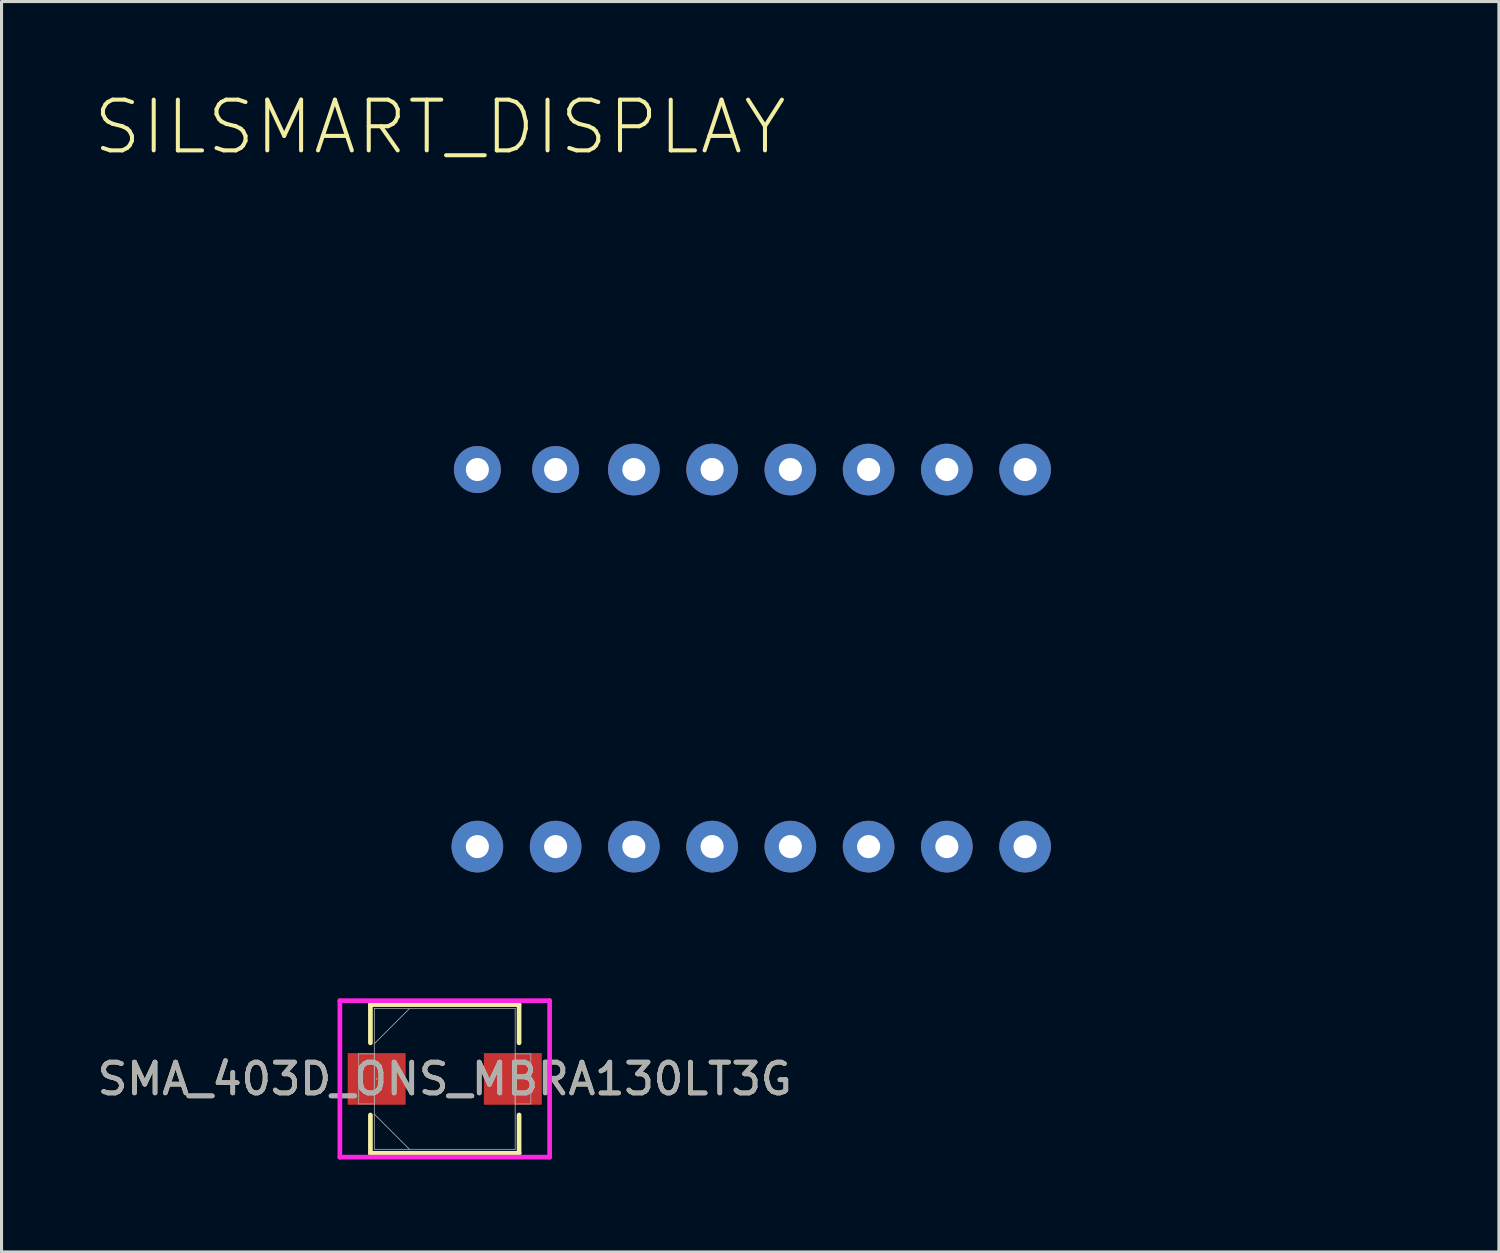
<source format=kicad_pcb>
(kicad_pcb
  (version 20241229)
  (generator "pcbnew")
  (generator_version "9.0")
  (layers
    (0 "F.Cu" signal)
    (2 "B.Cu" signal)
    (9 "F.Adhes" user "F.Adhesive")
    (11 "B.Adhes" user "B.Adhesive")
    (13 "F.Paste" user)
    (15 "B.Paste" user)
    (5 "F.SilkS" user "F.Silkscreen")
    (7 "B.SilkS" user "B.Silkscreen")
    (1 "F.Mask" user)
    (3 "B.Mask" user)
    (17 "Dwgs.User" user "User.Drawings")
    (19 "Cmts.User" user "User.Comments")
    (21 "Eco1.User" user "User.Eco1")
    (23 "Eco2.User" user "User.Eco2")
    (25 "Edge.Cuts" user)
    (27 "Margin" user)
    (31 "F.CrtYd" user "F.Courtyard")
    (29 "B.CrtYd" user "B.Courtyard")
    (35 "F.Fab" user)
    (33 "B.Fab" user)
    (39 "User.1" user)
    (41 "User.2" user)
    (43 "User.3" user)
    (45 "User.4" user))
  (footprint "SMA_403D_ONS_MBRA130LT3G"
    (layer "F.Cu")
    (at 11.387 31.973)
    (property "Reference" "SMA_403D_ONS_MBRA130LT3G" (at 0 0 0) (unlocked yes) (layer "F.SilkS") (effects (font (size 1 1) (thickness 0.15))))
    (attr smd)
    (fp_line (start -2.413 -2.413) (end -2.413 -1.171) (stroke (width 0.152) (type solid)) (layer "F.SilkS"))
    (fp_line (start -2.413 1.171) (end -2.413 2.413) (stroke (width 0.152) (type solid)) (layer "F.SilkS"))
    (fp_line (start -2.413 2.413) (end 2.413 2.413) (stroke (width 0.152) (type solid)) (layer "F.SilkS"))
    (fp_line (start 2.413 -2.413) (end -2.413 -2.413) (stroke (width 0.152) (type solid)) (layer "F.SilkS"))
    (fp_line (start 2.413 -1.171) (end 2.413 -2.413) (stroke (width 0.152) (type solid)) (layer "F.SilkS"))
    (fp_line (start 2.413 2.413) (end 2.413 1.171) (stroke (width 0.152) (type solid)) (layer "F.SilkS"))
    (fp_line (start -3.404 -2.54) (end 3.404 -2.54) (stroke (width 0.152) (type solid)) (layer "F.CrtYd"))
    (fp_line (start -3.404 2.54) (end -3.404 -2.54) (stroke (width 0.152) (type solid)) (layer "F.CrtYd"))
    (fp_line (start 3.404 -2.54) (end 3.404 2.54) (stroke (width 0.152) (type solid)) (layer "F.CrtYd"))
    (fp_line (start 3.404 2.54) (end -3.404 2.54) (stroke (width 0.152) (type solid)) (layer "F.CrtYd"))
    (fp_line (start -2.794 -0.813) (end -2.794 0.813) (stroke (width 0.025) (type solid)) (layer "F.Fab"))
    (fp_line (start -2.794 0.813) (end -2.286 0.813) (stroke (width 0.025) (type solid)) (layer "F.Fab"))
    (fp_line (start -2.286 -2.286) (end -2.286 2.286) (stroke (width 0.025) (type solid)) (layer "F.Fab"))
    (fp_line (start -2.286 -1.143) (end -1.143 -2.286) (stroke (width 0.025) (type solid)) (layer "F.Fab"))
    (fp_line (start -2.286 -0.813) (end -2.794 -0.813) (stroke (width 0.025) (type solid)) (layer "F.Fab"))
    (fp_line (start -2.286 0.813) (end -2.286 -0.813) (stroke (width 0.025) (type solid)) (layer "F.Fab"))
    (fp_line (start -2.286 1.143) (end -1.143 2.286) (stroke (width 0.025) (type solid)) (layer "F.Fab"))
    (fp_line (start -2.286 2.286) (end 2.286 2.286) (stroke (width 0.025) (type solid)) (layer "F.Fab"))
    (fp_line (start 2.286 -2.286) (end -2.286 -2.286) (stroke (width 0.025) (type solid)) (layer "F.Fab"))
    (fp_line (start 2.286 -0.813) (end 2.286 0.813) (stroke (width 0.025) (type solid)) (layer "F.Fab"))
    (fp_line (start 2.286 0.813) (end 2.794 0.813) (stroke (width 0.025) (type solid)) (layer "F.Fab"))
    (fp_line (start 2.286 2.286) (end 2.286 -2.286) (stroke (width 0.025) (type solid)) (layer "F.Fab"))
    (fp_line (start 2.794 -0.813) (end 2.286 -0.813) (stroke (width 0.025) (type solid)) (layer "F.Fab"))
    (fp_line (start 2.794 0.813) (end 2.794 -0.813) (stroke (width 0.025) (type solid)) (layer "F.Fab"))
    (fp_circle (center -2.21 0) (end -2.21 0) (stroke (width 0.025) (type solid)) (fill no) (layer "F.Fab"))
    (fp_text user "${REFERENCE}" (at 0 0 0) (unlocked yes) (layer "F.Fab") (effects (font (size 1 1) (thickness 0.15))))
    (pad "1" smd rect (at -2.21 0) (size 1.88 1.676) (layers "F.Cu" "F.Mask" "F.Paste"))
    (pad "2" smd rect (at 2.21 0) (size 1.88 1.676) (layers "F.Cu" "F.Mask" "F.Paste"))
    (zone (net_name "") (layer "F.Cu") (hatch full 0.508) (connect_pads) (min_thickness 0.254) (filled_areas_thickness no) (keepout (tracks not_allowed) (vias not_allowed) (pads allowed) (copperpour not_allowed) (footprints allowed)) (placement (enabled no)) (fill) (polygon (pts (xy 10.168 29.738) (xy 12.606 29.738) (xy 12.606 34.208) (xy 10.168 34.208)))))
  (footprint "SILSMART_DISPLAY"
    (layer "F.Cu")
    (at 22.624 18.34)
    (property "Reference" "SILSMART_DISPLAY" (at -0.05 -16.3 0) (layer "F.SilkS") (effects (font (size 1.647 1.647) (thickness 0.131)) (justify right bottom)))
    (pad "1" thru_hole circle (at -10.178 6.092 180) (size 1.676 1.676) (drill 0.75) (layers "*.Cu" "*.Mask"))
    (pad "2" thru_hole circle (at -7.638 6.092 180) (size 1.676 1.676) (drill 0.75) (layers "*.Cu" "*.Mask"))
    (pad "3" thru_hole circle (at -5.098 6.092 180) (size 1.676 1.676) (drill 0.75) (layers "*.Cu" "*.Mask"))
    (pad "4" thru_hole circle (at -2.558 6.092 180) (size 1.676 1.676) (drill 0.75) (layers "*.Cu" "*.Mask"))
    (pad "5" thru_hole circle (at -0.018 6.092 180) (size 1.676 1.676) (drill 0.75) (layers "*.Cu" "*.Mask"))
    (pad "6" thru_hole circle (at 2.522 6.092 180) (size 1.676 1.676) (drill 0.75) (layers "*.Cu" "*.Mask"))
    (pad "7" thru_hole circle (at 5.062 6.092 180) (size 1.676 1.676) (drill 0.75) (layers "*.Cu" "*.Mask"))
    (pad "8" thru_hole circle (at 7.602 6.092 180) (size 1.676 1.676) (drill 0.75) (layers "*.Cu" "*.Mask"))
    (pad "9" thru_hole circle (at 7.602 -6.148) (size 1.676 1.676) (drill 0.75) (layers "*.Cu" "*.Mask"))
    (pad "10" thru_hole circle (at 5.062 -6.148) (size 1.676 1.676) (drill 0.75) (layers "*.Cu" "*.Mask"))
    (pad "11" thru_hole circle (at 2.522 -6.148) (size 1.676 1.676) (drill 0.75) (layers "*.Cu" "*.Mask"))
    (pad "12" thru_hole circle (at -0.018 -6.148) (size 1.676 1.676) (drill 0.75) (layers "*.Cu" "*.Mask"))
    (pad "13" thru_hole circle (at -2.558 -6.148) (size 1.676 1.676) (drill 0.75) (layers "*.Cu" "*.Mask"))
    (pad "14" thru_hole circle (at -5.098 -6.148) (size 1.676 1.676) (drill 0.75) (layers "*.Cu" "*.Mask"))
    (pad "15" thru_hole circle (at -7.638 -6.148) (size 1.524 1.524) (drill 0.75) (layers "*.Cu" "*.Mask"))
    (pad "16" thru_hole circle (at -10.178 -6.148) (size 1.524 1.524) (drill 0.75) (layers "*.Cu" "*.Mask"))
    (zone (net_name "") (layer "User.1") (hatch edge 0.5) (connect_pads) (min_thickness 0.25) (filled_areas_thickness no) (fill) (polygon (pts (xy 7.559 13.657) (xy 6.924 12.641) (xy 12.766 12.641) (xy 11.877 13.657))))
    (zone (net_name "") (layer "User.1") (hatch edge 0.5) (connect_pads) (min_thickness 0.25) (filled_areas_thickness no) (fill) (polygon (pts (xy 16.449 13.657) (xy 20.767 13.657) (xy 21.656 12.641) (xy 15.814 12.641))))
    (zone (net_name "") (layer "User.1") (hatch edge 0.5) (connect_pads) (min_thickness 0.25) (filled_areas_thickness no) (fill) (polygon (pts (xy 26.101 13.657) (xy 25.466 12.641) (xy 31.308 12.641) (xy 30.419 13.657))))
    (zone (net_name "") (layer "User.1") (hatch edge 0.5) (connect_pads) (min_thickness 0.25) (filled_areas_thickness no) (fill) (polygon (pts (xy 34.991 13.657) (xy 34.356 12.641) (xy 40.198 12.641) (xy 39.309 13.657))))
    (zone (net_name "") (layer "User.1") (hatch edge 0.5) (connect_pads) (min_thickness 0.25) (filled_areas_thickness no) (fill) (polygon (pts (xy 42.606 10.357) (xy 42.606 26.357) (xy 2.606 26.357) (xy 2.606 10.357))))
    (zone (net_name "") (layer "User.1") (hatch edge 0.5) (connect_pads) (min_thickness 0.25) (filled_areas_thickness no) (fill) (polygon (pts (xy 5.908 17.975) (xy 5.654 17.467) (xy 6.543 12.895) (xy 7.178 13.784) (xy 6.543 17.467))))
    (zone (net_name "") (layer "User.1") (hatch edge 0.5) (connect_pads) (min_thickness 0.25) (filled_areas_thickness no) (fill) (polygon (pts (xy 7.559 20.769) (xy 6.035 22.547) (xy 6.289 20.642) (xy 7.432 19.245) (xy 7.813 19.245))))
    (zone (net_name "") (layer "User.1") (hatch edge 0.5) (connect_pads) (min_thickness 0.25) (filled_areas_thickness no) (fill) (polygon (pts (xy 8.321 16.197) (xy 7.432 14.165) (xy 7.178 16.07) (xy 7.813 17.34) (xy 8.067 17.467))))
    (zone (net_name "") (layer "User.1") (hatch edge 0.5) (connect_pads) (min_thickness 0.25) (filled_areas_thickness no) (fill) (polygon (pts (xy 9.083 14.038) (xy 8.575 17.34) (xy 8.829 17.975) (xy 9.591 16.959) (xy 10.099 14.038))))
    (zone (net_name "") (layer "User.1") (hatch edge 0.5) (connect_pads) (min_thickness 0.25) (filled_areas_thickness no) (fill) (polygon (pts (xy 9.083 19.499) (xy 8.702 18.737) (xy 8.067 19.626) (xy 7.559 22.674) (xy 8.448 22.674))))
    (zone (net_name "") (layer "User.1") (hatch edge 0.5) (connect_pads) (min_thickness 0.25) (filled_areas_thickness no) (fill) (polygon (pts (xy 9.464 19.245) (xy 9.845 19.245) (xy 10.48 20.769) (xy 10.099 22.547) (xy 9.21 20.515))))
    (zone (net_name "") (layer "User.1") (hatch edge 0.5) (connect_pads) (min_thickness 0.25) (filled_areas_thickness no) (fill) (polygon (pts (xy 11.75 18.102) (xy 12.258 17.594) (xy 13.02 13.022) (xy 12.131 13.911) (xy 11.369 17.594))))
    (zone (net_name "") (layer "User.1") (hatch edge 0.5) (connect_pads) (min_thickness 0.25) (filled_areas_thickness no) (fill) (polygon (pts (xy 14.798 17.975) (xy 14.544 17.467) (xy 15.433 12.895) (xy 16.068 13.784) (xy 15.433 17.467))))
    (zone (net_name "") (layer "User.1") (hatch edge 0.5) (connect_pads) (min_thickness 0.25) (filled_areas_thickness no) (fill) (polygon (pts (xy 16.449 20.769) (xy 14.925 22.547) (xy 15.179 20.642) (xy 16.322 19.245) (xy 16.703 19.245))))
    (zone (net_name "") (layer "User.1") (hatch edge 0.5) (connect_pads) (min_thickness 0.25) (filled_areas_thickness no) (fill) (polygon (pts (xy 16.703 17.34) (xy 16.957 17.467) (xy 17.211 16.197) (xy 16.322 14.165) (xy 16.068 16.07))))
    (zone (net_name "") (layer "User.1") (hatch edge 0.5) (connect_pads) (min_thickness 0.25) (filled_areas_thickness no) (fill) (polygon (pts (xy 17.973 19.499) (xy 17.592 18.737) (xy 16.957 19.626) (xy 16.449 22.674) (xy 17.338 22.674))))
    (zone (net_name "") (layer "User.1") (hatch edge 0.5) (connect_pads) (min_thickness 0.25) (filled_areas_thickness no) (fill) (polygon (pts (xy 18.481 16.959) (xy 18.989 14.038) (xy 17.973 14.038) (xy 17.465 17.34) (xy 17.719 17.975))))
    (zone (net_name "") (layer "User.1") (hatch edge 0.5) (connect_pads) (min_thickness 0.25) (filled_areas_thickness no) (fill) (polygon (pts (xy 19.37 20.769) (xy 18.989 22.547) (xy 18.1 20.515) (xy 18.354 19.245) (xy 18.735 19.245))))
    (zone (net_name "") (layer "User.1") (hatch edge 0.5) (connect_pads) (min_thickness 0.25) (filled_areas_thickness no) (fill) (polygon (pts (xy 21.021 13.911) (xy 20.259 17.594) (xy 20.64 18.102) (xy 21.148 17.594) (xy 21.91 13.022))))
    (zone (net_name "") (layer "User.1") (hatch edge 0.5) (connect_pads) (min_thickness 0.25) (filled_areas_thickness no) (fill) (polygon (pts (xy 24.45 17.975) (xy 24.196 17.467) (xy 25.085 12.895) (xy 25.72 13.784) (xy 25.085 17.467))))
    (zone (net_name "") (layer "User.1") (hatch edge 0.5) (connect_pads) (min_thickness 0.25) (filled_areas_thickness no) (fill) (polygon (pts (xy 25.974 14.165) (xy 25.72 16.07) (xy 26.355 17.34) (xy 26.609 17.467) (xy 26.863 16.197))))
    (zone (net_name "") (layer "User.1") (hatch edge 0.5) (connect_pads) (min_thickness 0.25) (filled_areas_thickness no) (fill) (polygon (pts (xy 26.101 20.769) (xy 24.577 22.547) (xy 24.831 20.642) (xy 25.974 19.245) (xy 26.355 19.245))))
    (zone (net_name "") (layer "User.1") (hatch edge 0.5) (connect_pads) (min_thickness 0.25) (filled_areas_thickness no) (fill) (polygon (pts (xy 26.609 19.626) (xy 26.101 22.674) (xy 26.99 22.674) (xy 27.625 19.499) (xy 27.244 18.737))))
    (zone (net_name "") (layer "User.1") (hatch edge 0.5) (connect_pads) (min_thickness 0.25) (filled_areas_thickness no) (fill) (polygon (pts (xy 27.625 14.038) (xy 27.117 17.34) (xy 27.371 17.975) (xy 28.133 16.959) (xy 28.641 14.038))))
    (zone (net_name "") (layer "User.1") (hatch edge 0.5) (connect_pads) (min_thickness 0.25) (filled_areas_thickness no) (fill) (polygon (pts (xy 28.641 22.547) (xy 27.752 20.515) (xy 28.006 19.245) (xy 28.387 19.245) (xy 29.022 20.769))))
    (zone (net_name "") (layer "User.1") (hatch edge 0.5) (connect_pads) (min_thickness 0.25) (filled_areas_thickness no) (fill) (polygon (pts (xy 30.673 13.911) (xy 29.911 17.594) (xy 30.292 18.102) (xy 30.8 17.594) (xy 31.562 13.022))))
    (zone (net_name "") (layer "User.1") (hatch edge 0.5) (connect_pads) (min_thickness 0.25) (filled_areas_thickness no) (fill) (polygon (pts (xy 33.34 17.975) (xy 33.086 17.467) (xy 33.975 12.895) (xy 34.61 13.784) (xy 33.975 17.467))))
    (zone (net_name "") (layer "User.1") (hatch edge 0.5) (connect_pads) (min_thickness 0.25) (filled_areas_thickness no) (fill) (polygon (pts (xy 34.864 14.165) (xy 34.61 16.07) (xy 35.245 17.34) (xy 35.499 17.467) (xy 35.753 16.197))))
    (zone (net_name "") (layer "User.1") (hatch edge 0.5) (connect_pads) (min_thickness 0.25) (filled_areas_thickness no) (fill) (polygon (pts (xy 34.991 20.769) (xy 33.467 22.547) (xy 33.721 20.642) (xy 34.864 19.245) (xy 35.245 19.245))))
    (zone (net_name "") (layer "User.1") (hatch edge 0.5) (connect_pads) (min_thickness 0.25) (filled_areas_thickness no) (fill) (polygon (pts (xy 35.499 19.626) (xy 34.991 22.674) (xy 35.88 22.674) (xy 36.515 19.499) (xy 36.134 18.737))))
    (zone (net_name "") (layer "User.1") (hatch edge 0.5) (connect_pads) (min_thickness 0.25) (filled_areas_thickness no) (fill) (polygon (pts (xy 36.515 14.038) (xy 36.007 17.34) (xy 36.261 17.975) (xy 37.023 16.959) (xy 37.531 14.038))))
    (zone (net_name "") (layer "User.1") (hatch edge 0.5) (connect_pads) (min_thickness 0.25) (filled_areas_thickness no) (fill) (polygon (pts (xy 37.531 22.547) (xy 36.642 20.515) (xy 36.896 19.245) (xy 37.277 19.245) (xy 37.912 20.769))))
    (zone (net_name "") (layer "User.1") (hatch edge 0.5) (connect_pads) (min_thickness 0.25) (filled_areas_thickness no) (fill) (polygon (pts (xy 39.563 13.911) (xy 38.801 17.594) (xy 39.182 18.102) (xy 39.69 17.594) (xy 40.452 13.022))))
    (zone (net_name "") (layer "User.1") (hatch edge 0.5) (connect_pads) (min_thickness 0.25) (filled_areas_thickness no) (fill) (polygon (pts (xy 5.527 22.801) (xy 4.765 23.563) (xy 4.638 23.436) (xy 5.4 18.864) (xy 5.908 18.356) (xy 6.289 18.991))))
    (zone (net_name "") (layer "User.1") (hatch edge 0.5) (connect_pads) (min_thickness 0.25) (filled_areas_thickness no) (fill) (polygon (pts (xy 6.797 17.848) (xy 6.289 18.356) (xy 6.543 18.864) (xy 8.194 18.864) (xy 8.575 18.356) (xy 8.321 17.848))))
    (zone (net_name "") (layer "User.1") (hatch edge 0.5) (connect_pads) (min_thickness 0.25) (filled_areas_thickness no) (fill) (polygon (pts (xy 8.956 18.356) (xy 9.21 18.864) (xy 10.861 18.864) (xy 11.369 18.356) (xy 11.115 17.975) (xy 9.337 17.975))))
    (zone (net_name "") (layer "User.1") (hatch edge 0.5) (connect_pads) (min_thickness 0.25) (filled_areas_thickness no) (fill) (polygon (pts (xy 11.242 23.309) (xy 12.131 18.991) (xy 11.75 18.483) (xy 11.115 19.118) (xy 10.48 22.801) (xy 11.115 23.309))))
    (zone (net_name "") (layer "User.1") (hatch edge 0.5) (connect_pads) (min_thickness 0.25) (filled_areas_thickness no) (fill) (polygon (pts (xy 11.496 14.038) (xy 10.226 16.197) (xy 9.972 17.467) (xy 10.48 17.34) (xy 11.369 15.816) (xy 11.75 14.038))))
    (zone (net_name "") (layer "User.1") (hatch edge 0.5) (connect_pads) (min_thickness 0.25) (filled_areas_thickness no) (fill) (polygon (pts (xy 14.798 18.356) (xy 14.29 18.864) (xy 13.528 23.436) (xy 13.655 23.563) (xy 14.417 22.801) (xy 15.179 18.991))))
    (zone (net_name "") (layer "User.1") (hatch edge 0.5) (connect_pads) (min_thickness 0.25) (filled_areas_thickness no) (fill) (polygon (pts (xy 15.687 17.848) (xy 15.179 18.356) (xy 15.433 18.864) (xy 17.084 18.864) (xy 17.465 18.356) (xy 17.211 17.848))))
    (zone (net_name "") (layer "User.1") (hatch edge 0.5) (connect_pads) (min_thickness 0.25) (filled_areas_thickness no) (fill) (polygon (pts (xy 19.37 17.34) (xy 20.259 15.816) (xy 20.64 14.038) (xy 20.386 14.038) (xy 19.116 16.197) (xy 18.862 17.467))))
    (zone (net_name "") (layer "User.1") (hatch edge 0.5) (connect_pads) (min_thickness 0.25) (filled_areas_thickness no) (fill) (polygon (pts (xy 19.751 18.864) (xy 20.259 18.356) (xy 20.005 17.975) (xy 18.227 17.975) (xy 17.846 18.356) (xy 18.1 18.864))))
    (zone (net_name "") (layer "User.1") (hatch edge 0.5) (connect_pads) (min_thickness 0.25) (filled_areas_thickness no) (fill) (polygon (pts (xy 20.005 23.309) (xy 20.132 23.309) (xy 21.021 18.991) (xy 20.64 18.483) (xy 20.005 19.118) (xy 19.37 22.801))))
    (zone (net_name "") (layer "User.1") (hatch edge 0.5) (connect_pads) (min_thickness 0.25) (filled_areas_thickness no) (fill) (polygon (pts (xy 23.307 23.563) (xy 23.18 23.436) (xy 23.942 18.864) (xy 24.45 18.356) (xy 24.831 18.991) (xy 24.069 22.801))))
    (zone (net_name "") (layer "User.1") (hatch edge 0.5) (connect_pads) (min_thickness 0.25) (filled_areas_thickness no) (fill) (polygon (pts (xy 25.085 18.864) (xy 24.831 18.356) (xy 25.339 17.848) (xy 26.863 17.848) (xy 27.117 18.356) (xy 26.736 18.864))))
    (zone (net_name "") (layer "User.1") (hatch edge 0.5) (connect_pads) (min_thickness 0.25) (filled_areas_thickness no) (fill) (polygon (pts (xy 27.879 17.975) (xy 27.498 18.356) (xy 27.752 18.864) (xy 29.403 18.864) (xy 29.911 18.356) (xy 29.657 17.975))))
    (zone (net_name "") (layer "User.1") (hatch edge 0.5) (connect_pads) (min_thickness 0.25) (filled_areas_thickness no) (fill) (polygon (pts (xy 28.768 16.197) (xy 28.514 17.467) (xy 29.022 17.34) (xy 29.911 15.816) (xy 30.292 14.038) (xy 30.038 14.038))))
    (zone (net_name "") (layer "User.1") (hatch edge 0.5) (connect_pads) (min_thickness 0.25) (filled_areas_thickness no) (fill) (polygon (pts (xy 29.657 19.118) (xy 29.022 22.801) (xy 29.657 23.309) (xy 29.784 23.309) (xy 30.673 18.991) (xy 30.292 18.483))))
    (zone (net_name "") (layer "User.1") (hatch edge 0.5) (connect_pads) (min_thickness 0.25) (filled_areas_thickness no) (fill) (polygon (pts (xy 32.197 23.563) (xy 32.07 23.436) (xy 32.832 18.864) (xy 33.34 18.356) (xy 33.721 18.991) (xy 32.959 22.801))))
    (zone (net_name "") (layer "User.1") (hatch edge 0.5) (connect_pads) (min_thickness 0.25) (filled_areas_thickness no) (fill) (polygon (pts (xy 33.975 18.864) (xy 33.721 18.356) (xy 34.229 17.848) (xy 35.753 17.848) (xy 36.007 18.356) (xy 35.626 18.864))))
    (zone (net_name "") (layer "User.1") (hatch edge 0.5) (connect_pads) (min_thickness 0.25) (filled_areas_thickness no) (fill) (polygon (pts (xy 36.769 17.975) (xy 36.388 18.356) (xy 36.642 18.864) (xy 38.293 18.864) (xy 38.801 18.356) (xy 38.547 17.975))))
    (zone (net_name "") (layer "User.1") (hatch edge 0.5) (connect_pads) (min_thickness 0.25) (filled_areas_thickness no) (fill) (polygon (pts (xy 37.658 16.197) (xy 37.404 17.467) (xy 37.912 17.34) (xy 38.801 15.816) (xy 39.182 14.038) (xy 38.928 14.038))))
    (zone (net_name "") (layer "User.1") (hatch edge 0.5) (connect_pads) (min_thickness 0.25) (filled_areas_thickness no) (fill) (polygon (pts (xy 38.547 19.118) (xy 37.912 22.801) (xy 38.547 23.309) (xy 38.674 23.309) (xy 39.563 18.991) (xy 39.182 18.483))))
    (zone (net_name "") (layer "User.1") (hatch edge 0.5) (connect_pads) (min_thickness 0.25) (filled_areas_thickness no) (fill) (polygon (pts (xy 5.146 23.944) (xy 10.734 23.944) (xy 10.861 23.817) (xy 10.861 23.563) (xy 10.226 22.928) (xy 5.908 22.928) (xy 5.019 23.817))))
    (zone (net_name "") (layer "User.1") (hatch edge 0.5) (connect_pads) (min_thickness 0.25) (filled_areas_thickness no) (fill) (polygon (pts (xy 14.798 22.928) (xy 13.909 23.817) (xy 14.036 23.944) (xy 19.624 23.944) (xy 19.751 23.817) (xy 19.751 23.563) (xy 19.116 22.928))))
    (zone (net_name "") (layer "User.1") (hatch edge 0.5) (connect_pads) (min_thickness 0.25) (filled_areas_thickness no) (fill) (polygon (pts (xy 24.45 22.928) (xy 23.561 23.817) (xy 23.688 23.944) (xy 29.276 23.944) (xy 29.403 23.817) (xy 29.403 23.563) (xy 28.768 22.928))))
    (zone (net_name "") (layer "User.1") (hatch edge 0.5) (connect_pads) (min_thickness 0.25) (filled_areas_thickness no) (fill) (polygon (pts (xy 33.34 22.928) (xy 32.451 23.817) (xy 32.578 23.944) (xy 38.166 23.944) (xy 38.293 23.817) (xy 38.293 23.563) (xy 37.658 22.928))))
    (zone (net_name "") (layer "User.1") (hatch edge 0.5) (connect_pads) (min_thickness 0.25) (filled_areas_thickness no) (fill) (polygon (pts (xy 22.799 19.626) (xy 22.778 19.483) (xy 22.718 19.351) (xy 22.624 19.242) (xy 22.502 19.164) (xy 22.363 19.123) (xy 22.219 19.123) (xy 22.08 19.164) (xy 21.958 19.242) (xy 21.864 19.351) (xy 21.804 19.483) (xy 21.783 19.626) (xy 21.804 19.769) (xy 21.864 19.9) (xy 21.958 20.01) (xy 22.08 20.088) (xy 22.219 20.129) (xy 22.363 20.129) (xy 22.502 20.088) (xy 22.624 20.01) (xy 22.718 19.9) (xy 22.778 19.769))))
    (zone (net_name "") (layer "User.1") (hatch edge 0.5) (connect_pads) (min_thickness 0.25) (filled_areas_thickness no) (fill) (polygon (pts (xy 23.307 16.832) (xy 23.286 16.689) (xy 23.226 16.557) (xy 23.132 16.448) (xy 23.01 16.37) (xy 22.871 16.329) (xy 22.727 16.329) (xy 22.588 16.37) (xy 22.466 16.448) (xy 22.372 16.557) (xy 22.312 16.689) (xy 22.291 16.832) (xy 22.312 16.975) (xy 22.372 17.106) (xy 22.466 17.216) (xy 22.588 17.294) (xy 22.727 17.335) (xy 22.871 17.335) (xy 23.01 17.294) (xy 23.132 17.216) (xy 23.226 17.106) (xy 23.286 16.975))))
    (zone (net_name "") (layer "User.1") (hatch edge 0.5) (connect_pads) (min_thickness 0.25) (filled_areas_thickness no) (fill) (polygon (pts (xy 31.435 23.436) (xy 31.414 23.293) (xy 31.354 23.161) (xy 31.26 23.052) (xy 31.138 22.974) (xy 30.999 22.933) (xy 30.855 22.933) (xy 30.716 22.974) (xy 30.594 23.052) (xy 30.5 23.161) (xy 30.44 23.293) (xy 30.419 23.436) (xy 30.44 23.579) (xy 30.5 23.71) (xy 30.594 23.82) (xy 30.716 23.898) (xy 30.855 23.939) (xy 30.999 23.939) (xy 31.138 23.898) (xy 31.26 23.82) (xy 31.354 23.71) (xy 31.414 23.579)))))
  (gr_rect
    (start -3 -3)
    (end 45.606 37.589)
    (stroke (width 0.1) (type default))
    (fill no)
    (layer "Edge.Cuts")))
</source>
